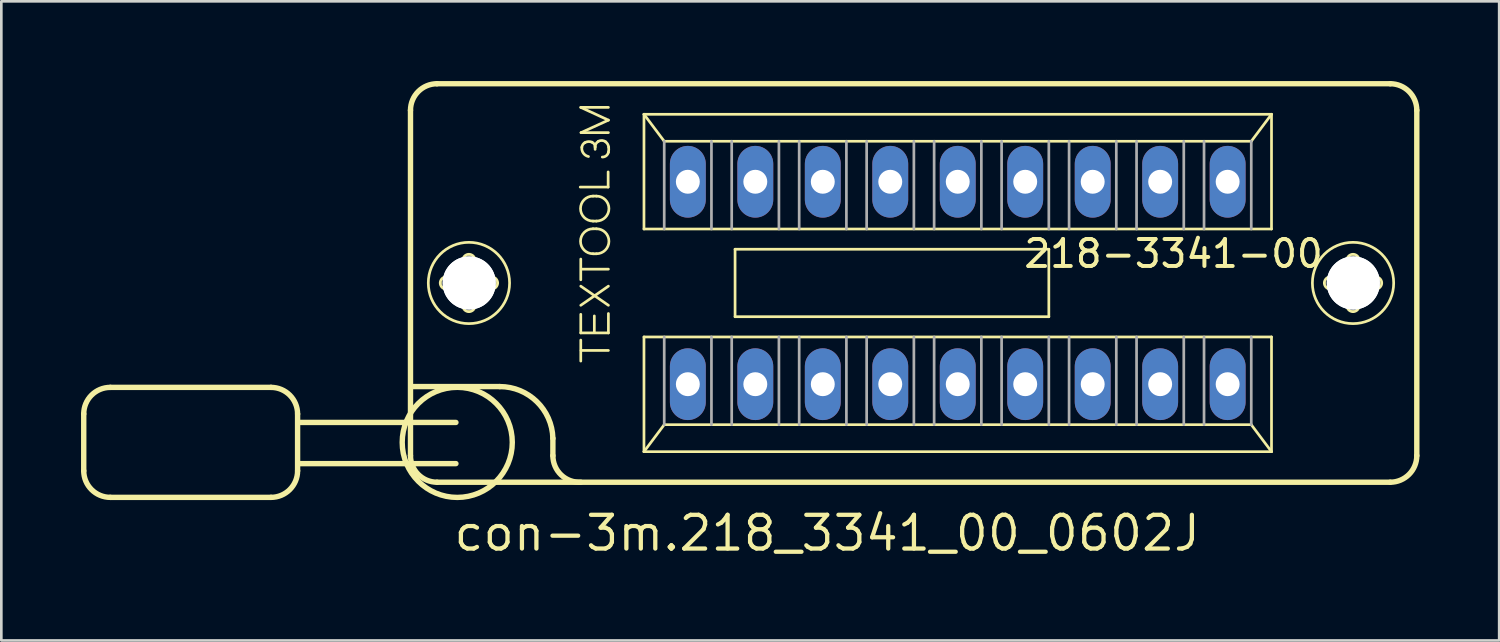
<source format=kicad_pcb>
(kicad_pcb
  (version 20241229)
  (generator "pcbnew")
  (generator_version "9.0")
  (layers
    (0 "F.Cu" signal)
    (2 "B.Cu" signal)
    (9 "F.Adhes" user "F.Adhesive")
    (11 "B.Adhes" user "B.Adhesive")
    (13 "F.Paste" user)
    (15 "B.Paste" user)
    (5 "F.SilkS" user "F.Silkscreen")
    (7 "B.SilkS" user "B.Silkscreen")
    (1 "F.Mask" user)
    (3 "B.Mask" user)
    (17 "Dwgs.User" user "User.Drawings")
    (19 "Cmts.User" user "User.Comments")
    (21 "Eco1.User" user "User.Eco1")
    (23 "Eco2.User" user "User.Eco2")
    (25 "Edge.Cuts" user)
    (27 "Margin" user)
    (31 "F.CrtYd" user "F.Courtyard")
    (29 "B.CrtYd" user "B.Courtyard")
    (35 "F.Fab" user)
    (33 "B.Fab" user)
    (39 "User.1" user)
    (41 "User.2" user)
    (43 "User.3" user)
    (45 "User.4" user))
  (footprint "con-3m.218_3341_00_0602J"
    (layer "F.Cu")
    (at 33.002 7.602)
    (property "Reference" "con-3m.218_3341_00_0602J" (at -19.05 10.16 0) (layer "F.SilkS") (effects (font (size 1.27 1.27) (thickness 0.16)) (justify left bottom)))
    (attr through_hole)
    (fp_line (start -32.9 4.93) (end -32.9 7.07) (stroke (width 0.203) (type default)) (layer "F.SilkS"))
    (fp_line (start -31.9 3.93) (end -25.85 3.93) (stroke (width 0.203) (type default)) (layer "F.SilkS"))
    (fp_line (start -25.85 8.07) (end -31.9 8.07) (stroke (width 0.203) (type default)) (layer "F.SilkS"))
    (fp_line (start -24.85 4.93) (end -24.85 7.07) (stroke (width 0.203) (type default)) (layer "F.SilkS"))
    (fp_line (start -20.6 6.5) (end -20.6 -6.5) (stroke (width 0.203) (type default)) (layer "F.SilkS"))
    (fp_line (start -20.49 3.9) (end -17.24 3.9) (stroke (width 0.203) (type default)) (layer "F.SilkS"))
    (fp_line (start -19.6 -7.5) (end 16.28 -7.5) (stroke (width 0.203) (type default)) (layer "F.SilkS"))
    (fp_line (start -19.25 -0.23) (end -18.7 -0.23) (stroke (width 0.102) (type default)) (layer "F.SilkS"))
    (fp_line (start -18.89 5.25) (end -24.8 5.25) (stroke (width 0.203) (type default)) (layer "F.SilkS"))
    (fp_line (start -18.89 6.8) (end -24.8 6.8) (stroke (width 0.203) (type default)) (layer "F.SilkS"))
    (fp_line (start -18.71 0.23) (end -19.25 0.23) (stroke (width 0.102) (type default)) (layer "F.SilkS"))
    (fp_line (start -18.63 -0.31) (end -18.63 -0.85) (stroke (width 0.102) (type default)) (layer "F.SilkS"))
    (fp_line (start -18.63 0.85) (end -18.63 0.3) (stroke (width 0.102) (type default)) (layer "F.SilkS"))
    (fp_line (start -18.17 -0.85) (end -18.17 -0.3) (stroke (width 0.102) (type default)) (layer "F.SilkS"))
    (fp_line (start -18.17 0.31) (end -18.17 0.85) (stroke (width 0.102) (type default)) (layer "F.SilkS"))
    (fp_line (start -18.09 -0.23) (end -17.55 -0.23) (stroke (width 0.102) (type default)) (layer "F.SilkS"))
    (fp_line (start -17.55 0.23) (end -18.1 0.23) (stroke (width 0.102) (type default)) (layer "F.SilkS"))
    (fp_line (start -15.24 5.85) (end -15.24 6.5) (stroke (width 0.203) (type default)) (layer "F.SilkS"))
    (fp_line (start -14.21 -3.61) (end -13.16 -3.61) (stroke (width 0.102) (type default)) (layer "F.SilkS"))
    (fp_line (start -14.19 -6.61) (end -13.15 -6.61) (stroke (width 0.102) (type default)) (layer "F.SilkS"))
    (fp_line (start -14.19 -0.12) (end -14.19 -0.9) (stroke (width 0.102) (type default)) (layer "F.SilkS"))
    (fp_line (start -14.19 0.12) (end -13.15 0.84) (stroke (width 0.102) (type default)) (layer "F.SilkS"))
    (fp_line (start -14.19 0.84) (end -13.15 0.12) (stroke (width 0.102) (type default)) (layer "F.SilkS"))
    (fp_line (start -14.19 1.18) (end -14.19 1.88) (stroke (width 0.102) (type default)) (layer "F.SilkS"))
    (fp_line (start -14.19 1.88) (end -13.15 1.88) (stroke (width 0.102) (type default)) (layer "F.SilkS"))
    (fp_line (start -14.19 2.94) (end -14.19 2.15) (stroke (width 0.102) (type default)) (layer "F.SilkS"))
    (fp_line (start -14.18 -5.66) (end -13.15 -6.13) (stroke (width 0.102) (type default)) (layer "F.SilkS"))
    (fp_line (start -14.18 2.54) (end -13.15 2.54) (stroke (width 0.102) (type default)) (layer "F.SilkS"))
    (fp_line (start -14.17 -0.52) (end -13.15 -0.52) (stroke (width 0.102) (type default)) (layer "F.SilkS"))
    (fp_line (start -13.73 -3.27) (end -13.6 -3.27) (stroke (width 0.102) (type default)) (layer "F.SilkS"))
    (fp_line (start -13.73 -2.33) (end -13.6 -2.33) (stroke (width 0.102) (type default)) (layer "F.SilkS"))
    (fp_line (start -13.73 -2.04) (end -13.6 -2.04) (stroke (width 0.102) (type default)) (layer "F.SilkS"))
    (fp_line (start -13.73 -1.1) (end -13.6 -1.1) (stroke (width 0.102) (type default)) (layer "F.SilkS"))
    (fp_line (start -13.68 1.24) (end -13.68 1.84) (stroke (width 0.102) (type default)) (layer "F.SilkS"))
    (fp_line (start -13.65 -5.03) (end -13.65 -5.12) (stroke (width 0.102) (type default)) (layer "F.SilkS"))
    (fp_line (start -13.16 -3.61) (end -13.16 -4.18) (stroke (width 0.102) (type default)) (layer "F.SilkS"))
    (fp_line (start -13.15 -6.13) (end -14.19 -6.61) (stroke (width 0.102) (type default)) (layer "F.SilkS"))
    (fp_line (start -13.15 -5.66) (end -14.18 -5.66) (stroke (width 0.102) (type default)) (layer "F.SilkS"))
    (fp_line (start -13.15 1.88) (end -13.15 1.15) (stroke (width 0.102) (type default)) (layer "F.SilkS"))
    (fp_line (start -11.811 -6.35) (end 11.811 -6.35) (stroke (width 0.102) (type default)) (layer "F.SilkS"))
    (fp_line (start -11.811 -2.032) (end -11.811 -6.35) (stroke (width 0.102) (type default)) (layer "F.SilkS"))
    (fp_line (start -11.811 2.032) (end 11.811 2.032) (stroke (width 0.102) (type default)) (layer "F.SilkS"))
    (fp_line (start -11.811 6.35) (end -11.811 2.032) (stroke (width 0.102) (type default)) (layer "F.SilkS"))
    (fp_line (start -11.811 6.35) (end -11.049 5.334) (stroke (width 0.102) (type default)) (layer "F.SilkS"))
    (fp_line (start -11.049 -5.334) (end -11.811 -6.35) (stroke (width 0.102) (type default)) (layer "F.SilkS"))
    (fp_line (start -11.049 5.334) (end 11.049 5.334) (stroke (width 0.102) (type default)) (layer "F.SilkS"))
    (fp_line (start -8.382 -1.27) (end 3.429 -1.27) (stroke (width 0.102) (type default)) (layer "F.SilkS"))
    (fp_line (start -8.382 1.27) (end -8.382 -1.27) (stroke (width 0.102) (type default)) (layer "F.SilkS"))
    (fp_line (start 3.429 -1.27) (end 3.429 1.27) (stroke (width 0.102) (type default)) (layer "F.SilkS"))
    (fp_line (start 3.429 1.27) (end -8.382 1.27) (stroke (width 0.102) (type default)) (layer "F.SilkS"))
    (fp_line (start 11.049 -5.334) (end -11.049 -5.334) (stroke (width 0.102) (type default)) (layer "F.SilkS"))
    (fp_line (start 11.049 5.334) (end 11.811 6.35) (stroke (width 0.102) (type default)) (layer "F.SilkS"))
    (fp_line (start 11.811 -6.35) (end 11.049 -5.334) (stroke (width 0.102) (type default)) (layer "F.SilkS"))
    (fp_line (start 11.811 -6.35) (end 11.811 -2.032) (stroke (width 0.102) (type default)) (layer "F.SilkS"))
    (fp_line (start 11.811 -2.032) (end -11.811 -2.032) (stroke (width 0.102) (type default)) (layer "F.SilkS"))
    (fp_line (start 11.811 2.032) (end 11.811 6.35) (stroke (width 0.102) (type default)) (layer "F.SilkS"))
    (fp_line (start 11.811 6.35) (end -11.811 6.35) (stroke (width 0.102) (type default)) (layer "F.SilkS"))
    (fp_line (start 14.03 -0.23) (end 14.58 -0.23) (stroke (width 0.102) (type default)) (layer "F.SilkS"))
    (fp_line (start 14.57 0.23) (end 14.03 0.23) (stroke (width 0.102) (type default)) (layer "F.SilkS"))
    (fp_line (start 14.65 -0.31) (end 14.65 -0.85) (stroke (width 0.102) (type default)) (layer "F.SilkS"))
    (fp_line (start 14.65 0.85) (end 14.65 0.3) (stroke (width 0.102) (type default)) (layer "F.SilkS"))
    (fp_line (start 15.11 -0.85) (end 15.11 -0.3) (stroke (width 0.102) (type default)) (layer "F.SilkS"))
    (fp_line (start 15.11 0.31) (end 15.11 0.85) (stroke (width 0.102) (type default)) (layer "F.SilkS"))
    (fp_line (start 15.19 -0.23) (end 15.73 -0.23) (stroke (width 0.102) (type default)) (layer "F.SilkS"))
    (fp_line (start 15.73 0.23) (end 15.18 0.23) (stroke (width 0.102) (type default)) (layer "F.SilkS"))
    (fp_line (start 16.28 7.5) (end -19.6 7.5) (stroke (width 0.203) (type default)) (layer "F.SilkS"))
    (fp_line (start 17.28 -6.5) (end 17.28 6.5) (stroke (width 0.203) (type default)) (layer "F.SilkS"))
    (fp_arc (start -32.9 4.93) (mid -32.607107 4.222893) (end -31.9 3.93) (stroke (width 0.2032) (type default)) (layer "F.SilkS"))
    (fp_arc (start -31.9 8.07) (mid -32.607107 7.777107) (end -32.9 7.07) (stroke (width 0.2032) (type default)) (layer "F.SilkS"))
    (fp_arc (start -25.85 3.93) (mid -25.142893 4.222893) (end -24.85 4.93) (stroke (width 0.2032) (type default)) (layer "F.SilkS"))
    (fp_arc (start -24.85 7.07) (mid -25.142893 7.777107) (end -25.85 8.07) (stroke (width 0.2032) (type default)) (layer "F.SilkS"))
    (fp_arc (start -20.6 -6.5) (mid -20.307107 -7.207107) (end -19.6 -7.5) (stroke (width 0.2032) (type default)) (layer "F.SilkS"))
    (fp_arc (start -19.6 7.5) (mid -20.307107 7.207107) (end -20.6 6.5) (stroke (width 0.2032) (type default)) (layer "F.SilkS"))
    (fp_arc (start -19.48 0) (mid -19.412635 -0.162635) (end -19.25 -0.23) (stroke (width 0.1016) (type default)) (layer "F.SilkS"))
    (fp_arc (start -19.25 0.23) (mid -19.412635 0.162635) (end -19.48 0) (stroke (width 0.1016) (type default)) (layer "F.SilkS"))
    (fp_arc (start -18.71 0.23) (mid -18.660503 0.250503) (end -18.64 0.3) (stroke (width 0.1016) (type default)) (layer "F.SilkS"))
    (fp_arc (start -18.63 -0.85) (mid -18.562635 -1.012635) (end -18.4 -1.08) (stroke (width 0.1016) (type default)) (layer "F.SilkS"))
    (fp_arc (start -18.63 -0.3) (mid -18.650503 -0.250503) (end -18.7 -0.23) (stroke (width 0.1016) (type default)) (layer "F.SilkS"))
    (fp_arc (start -18.4 -1.08) (mid -18.237365 -1.012635) (end -18.17 -0.85) (stroke (width 0.1016) (type default)) (layer "F.SilkS"))
    (fp_arc (start -18.4 1.08) (mid -18.562635 1.012635) (end -18.63 0.85) (stroke (width 0.1016) (type default)) (layer "F.SilkS"))
    (fp_arc (start -18.17 0.3) (mid -18.149497 0.250503) (end -18.1 0.23) (stroke (width 0.1016) (type default)) (layer "F.SilkS"))
    (fp_arc (start -18.17 0.85) (mid -18.237365 1.012635) (end -18.4 1.08) (stroke (width 0.1016) (type default)) (layer "F.SilkS"))
    (fp_arc (start -18.1 -0.23) (mid -18.149497 -0.250503) (end -18.17 -0.3) (stroke (width 0.1016) (type default)) (layer "F.SilkS"))
    (fp_arc (start -17.55 -0.23) (mid -17.387365 -0.162635) (end -17.32 0) (stroke (width 0.1016) (type default)) (layer "F.SilkS"))
    (fp_arc (start -17.32 0) (mid -17.387365 0.162635) (end -17.55 0.23) (stroke (width 0.1016) (type default)) (layer "F.SilkS"))
    (fp_arc (start -17.24 3.9) (mid -15.843341 4.46817) (end -15.24 5.85) (stroke (width 0.2032) (type default)) (layer "F.SilkS"))
    (fp_arc (start -14.19 7.5) (mid -14.929286 7.225) (end -15.24 6.5) (stroke (width 0.2032) (type default)) (layer "F.SilkS"))
    (fp_arc (start -14.15 -5.11) (mid -14.114621 -5.207696) (end -14.04 -5.28) (stroke (width 0.1016) (type default)) (layer "F.SilkS"))
    (fp_arc (start -14.04 -5.28) (mid -13.907382 -5.322157) (end -13.77 -5.3) (stroke (width 0.1016) (type default)) (layer "F.SilkS"))
    (fp_arc (start -13.9 -4.76) (mid -14.09297 -4.88645) (end -14.15 -5.11) (stroke (width 0.1016) (type default)) (layer "F.SilkS"))
    (fp_arc (start -13.77 -5.3) (mid -13.68275 -5.228167) (end -13.65 -5.12) (stroke (width 0.1016) (type default)) (layer "F.SilkS"))
    (fp_arc (start -13.73 -2.33) (mid -14.2 -2.8) (end -13.73 -3.27) (stroke (width 0.1016) (type default)) (layer "F.SilkS"))
    (fp_arc (start -13.73 -1.1) (mid -14.2 -1.57) (end -13.73 -2.04) (stroke (width 0.1016) (type default)) (layer "F.SilkS"))
    (fp_arc (start -13.65 -5.12) (mid -13.617891 -5.240938) (end -13.53 -5.33) (stroke (width 0.1016) (type default)) (layer "F.SilkS"))
    (fp_arc (start -13.6 -3.27) (mid -13.13 -2.8) (end -13.6 -2.33) (stroke (width 0.1016) (type default)) (layer "F.SilkS"))
    (fp_arc (start -13.6 -2.04) (mid -13.13 -1.57) (end -13.6 -1.1) (stroke (width 0.1016) (type default)) (layer "F.SilkS"))
    (fp_arc (start -13.53 -5.33) (mid -13.386886 -5.363595) (end -13.25 -5.31) (stroke (width 0.1016) (type default)) (layer "F.SilkS"))
    (fp_arc (start -13.25 -5.31) (mid -13.175084 -5.220954) (end -13.14 -5.11) (stroke (width 0.1016) (type default)) (layer "F.SilkS"))
    (fp_arc (start -13.15 -4.92) (mid -13.232524 -4.788503) (end -13.38 -4.74) (stroke (width 0.1016) (type default)) (layer "F.SilkS"))
    (fp_arc (start -13.14 -5.11) (mid -13.137277 -5.014594) (end -13.15 -4.92) (stroke (width 0.1016) (type default)) (layer "F.SilkS"))
    (fp_arc (start 13.8 0) (mid 13.867365 -0.162635) (end 14.03 -0.23) (stroke (width 0.1016) (type default)) (layer "F.SilkS"))
    (fp_arc (start 14.03 0.23) (mid 13.867365 0.162635) (end 13.8 0) (stroke (width 0.1016) (type default)) (layer "F.SilkS"))
    (fp_arc (start 14.57 0.23) (mid 14.619497 0.250503) (end 14.64 0.3) (stroke (width 0.1016) (type default)) (layer "F.SilkS"))
    (fp_arc (start 14.65 -0.85) (mid 14.717365 -1.012635) (end 14.88 -1.08) (stroke (width 0.1016) (type default)) (layer "F.SilkS"))
    (fp_arc (start 14.65 -0.3) (mid 14.629497 -0.250503) (end 14.58 -0.23) (stroke (width 0.1016) (type default)) (layer "F.SilkS"))
    (fp_arc (start 14.88 -1.08) (mid 15.042635 -1.012635) (end 15.11 -0.85) (stroke (width 0.1016) (type default)) (layer "F.SilkS"))
    (fp_arc (start 14.88 1.08) (mid 14.717365 1.012635) (end 14.65 0.85) (stroke (width 0.1016) (type default)) (layer "F.SilkS"))
    (fp_arc (start 15.11 0.3) (mid 15.130503 0.250503) (end 15.18 0.23) (stroke (width 0.1016) (type default)) (layer "F.SilkS"))
    (fp_arc (start 15.11 0.85) (mid 15.042635 1.012635) (end 14.88 1.08) (stroke (width 0.1016) (type default)) (layer "F.SilkS"))
    (fp_arc (start 15.18 -0.23) (mid 15.130503 -0.250503) (end 15.11 -0.3) (stroke (width 0.1016) (type default)) (layer "F.SilkS"))
    (fp_arc (start 15.73 -0.23) (mid 15.892635 -0.162635) (end 15.96 0) (stroke (width 0.1016) (type default)) (layer "F.SilkS"))
    (fp_arc (start 15.96 0) (mid 15.892635 0.162635) (end 15.73 0.23) (stroke (width 0.1016) (type default)) (layer "F.SilkS"))
    (fp_arc (start 16.28 -7.5) (mid 16.987107 -7.207107) (end 17.28 -6.5) (stroke (width 0.2032) (type default)) (layer "F.SilkS"))
    (fp_arc (start 17.28 6.5) (mid 16.987107 7.207107) (end 16.28 7.5) (stroke (width 0.2032) (type default)) (layer "F.SilkS"))
    (fp_circle (center -18.84 6) (end -16.768 6) (stroke (width 0.203) (type default)) (fill no) (layer "F.SilkS"))
    (fp_circle (center -18.4 0) (end -16.87 0) (stroke (width 0.102) (type default)) (fill no) (layer "F.SilkS"))
    (fp_circle (center 14.88 0) (end 16.41 0) (stroke (width 0.102) (type default)) (fill no) (layer "F.SilkS"))
    (fp_line (start -11.049 -5.334) (end -11.049 -2.032) (stroke (width 0.102) (type default)) (layer "F.Fab"))
    (fp_line (start -11.049 2.032) (end -11.049 5.334) (stroke (width 0.102) (type default)) (layer "F.Fab"))
    (fp_line (start -9.271 -2.032) (end -9.271 -5.334) (stroke (width 0.102) (type default)) (layer "F.Fab"))
    (fp_line (start -9.271 2.032) (end -9.271 5.334) (stroke (width 0.102) (type default)) (layer "F.Fab"))
    (fp_line (start -8.509 -2.032) (end -8.509 -5.334) (stroke (width 0.102) (type default)) (layer "F.Fab"))
    (fp_line (start -8.509 2.032) (end -8.509 5.334) (stroke (width 0.102) (type default)) (layer "F.Fab"))
    (fp_line (start -6.731 -2.032) (end -6.731 -5.334) (stroke (width 0.102) (type default)) (layer "F.Fab"))
    (fp_line (start -6.731 2.032) (end -6.731 5.334) (stroke (width 0.102) (type default)) (layer "F.Fab"))
    (fp_line (start -5.969 -2.032) (end -5.969 -5.334) (stroke (width 0.102) (type default)) (layer "F.Fab"))
    (fp_line (start -5.969 2.032) (end -5.969 5.334) (stroke (width 0.102) (type default)) (layer "F.Fab"))
    (fp_line (start -4.191 -2.032) (end -4.191 -5.334) (stroke (width 0.102) (type default)) (layer "F.Fab"))
    (fp_line (start -4.191 2.032) (end -4.191 5.334) (stroke (width 0.102) (type default)) (layer "F.Fab"))
    (fp_line (start -3.429 -2.032) (end -3.429 -5.334) (stroke (width 0.102) (type default)) (layer "F.Fab"))
    (fp_line (start -3.429 2.032) (end -3.429 5.334) (stroke (width 0.102) (type default)) (layer "F.Fab"))
    (fp_line (start -1.651 -2.032) (end -1.651 -5.334) (stroke (width 0.102) (type default)) (layer "F.Fab"))
    (fp_line (start -1.651 2.032) (end -1.651 5.334) (stroke (width 0.102) (type default)) (layer "F.Fab"))
    (fp_line (start -0.889 -2.032) (end -0.889 -5.334) (stroke (width 0.102) (type default)) (layer "F.Fab"))
    (fp_line (start -0.889 2.032) (end -0.889 5.334) (stroke (width 0.102) (type default)) (layer "F.Fab"))
    (fp_line (start 0.889 -2.032) (end 0.889 -5.334) (stroke (width 0.102) (type default)) (layer "F.Fab"))
    (fp_line (start 0.889 2.032) (end 0.889 5.334) (stroke (width 0.102) (type default)) (layer "F.Fab"))
    (fp_line (start 1.651 -2.032) (end 1.651 -5.334) (stroke (width 0.102) (type default)) (layer "F.Fab"))
    (fp_line (start 1.651 2.032) (end 1.651 5.334) (stroke (width 0.102) (type default)) (layer "F.Fab"))
    (fp_line (start 3.429 -2.032) (end 3.429 -5.334) (stroke (width 0.102) (type default)) (layer "F.Fab"))
    (fp_line (start 3.429 2.032) (end 3.429 5.334) (stroke (width 0.102) (type default)) (layer "F.Fab"))
    (fp_line (start 4.191 -2.032) (end 4.191 -5.334) (stroke (width 0.102) (type default)) (layer "F.Fab"))
    (fp_line (start 4.191 2.032) (end 4.191 5.334) (stroke (width 0.102) (type default)) (layer "F.Fab"))
    (fp_line (start 5.969 -2.032) (end 5.969 -5.334) (stroke (width 0.102) (type default)) (layer "F.Fab"))
    (fp_line (start 5.969 2.032) (end 5.969 5.334) (stroke (width 0.102) (type default)) (layer "F.Fab"))
    (fp_line (start 6.731 -2.032) (end 6.731 -5.334) (stroke (width 0.102) (type default)) (layer "F.Fab"))
    (fp_line (start 6.731 2.032) (end 6.731 5.334) (stroke (width 0.102) (type default)) (layer "F.Fab"))
    (fp_line (start 8.509 -2.032) (end 8.509 -5.334) (stroke (width 0.102) (type default)) (layer "F.Fab"))
    (fp_line (start 8.509 2.032) (end 8.509 5.334) (stroke (width 0.102) (type default)) (layer "F.Fab"))
    (fp_line (start 9.271 -2.032) (end 9.271 -5.334) (stroke (width 0.102) (type default)) (layer "F.Fab"))
    (fp_line (start 9.271 2.032) (end 9.271 5.334) (stroke (width 0.102) (type default)) (layer "F.Fab"))
    (fp_line (start 11.049 -2.032) (end 11.049 -5.334) (stroke (width 0.102) (type default)) (layer "F.Fab"))
    (fp_line (start 11.049 5.334) (end 11.049 2.032) (stroke (width 0.102) (type default)) (layer "F.Fab"))
    (fp_text user "218-3341-00" (at 2.413 -0.508 180) (layer "F.SilkS") (effects (font (size 1.016 1.016) (thickness 0.15)) (justify left bottom)))
    (pad "" np_thru_hole circle (at -18.39 0) (size 2 2) (drill 2) (layers "*.Cu" "*.Mask"))
    (pad "" np_thru_hole circle (at -18.39 0) (size 2 2) (drill 2) (layers "*.Cu" "*.Mask"))
    (pad "" np_thru_hole circle (at 14.89 0) (size 2 2) (drill 2) (layers "*.Cu" "*.Mask"))
    (pad "" np_thru_hole circle (at 14.89 0) (size 2 2) (drill 2) (layers "*.Cu" "*.Mask"))
    (pad "1" thru_hole oval (at -10.16 3.81 90) (size 2.7 1.35) (drill 0.9) (layers "*.Cu" "*.Mask"))
    (pad "2" thru_hole oval (at -7.62 3.81 90) (size 2.7 1.35) (drill 0.9) (layers "*.Cu" "*.Mask"))
    (pad "3" thru_hole oval (at -5.08 3.81 90) (size 2.7 1.35) (drill 0.9) (layers "*.Cu" "*.Mask"))
    (pad "4" thru_hole oval (at -2.54 3.81 90) (size 2.7 1.35) (drill 0.9) (layers "*.Cu" "*.Mask"))
    (pad "5" thru_hole oval (at 0 3.81 90) (size 2.7 1.35) (drill 0.9) (layers "*.Cu" "*.Mask"))
    (pad "6" thru_hole oval (at 2.54 3.81 90) (size 2.7 1.35) (drill 0.9) (layers "*.Cu" "*.Mask"))
    (pad "7" thru_hole oval (at 5.08 3.81 90) (size 2.7 1.35) (drill 0.9) (layers "*.Cu" "*.Mask"))
    (pad "8" thru_hole oval (at 7.62 3.81 90) (size 2.7 1.35) (drill 0.9) (layers "*.Cu" "*.Mask"))
    (pad "9" thru_hole oval (at 10.16 3.81 90) (size 2.7 1.35) (drill 0.9) (layers "*.Cu" "*.Mask"))
    (pad "10" thru_hole oval (at 10.16 -3.81 90) (size 2.7 1.35) (drill 0.9) (layers "*.Cu" "*.Mask"))
    (pad "11" thru_hole oval (at 7.62 -3.81 90) (size 2.7 1.35) (drill 0.9) (layers "*.Cu" "*.Mask"))
    (pad "12" thru_hole oval (at 5.08 -3.81 90) (size 2.7 1.35) (drill 0.9) (layers "*.Cu" "*.Mask"))
    (pad "13" thru_hole oval (at 2.54 -3.81 90) (size 2.7 1.35) (drill 0.9) (layers "*.Cu" "*.Mask"))
    (pad "14" thru_hole oval (at 0 -3.81 90) (size 2.7 1.35) (drill 0.9) (layers "*.Cu" "*.Mask"))
    (pad "15" thru_hole oval (at -2.54 -3.81 90) (size 2.7 1.35) (drill 0.9) (layers "*.Cu" "*.Mask"))
    (pad "16" thru_hole oval (at -5.08 -3.81 90) (size 2.7 1.35) (drill 0.9) (layers "*.Cu" "*.Mask"))
    (pad "17" thru_hole oval (at -7.62 -3.81 90) (size 2.7 1.35) (drill 0.9) (layers "*.Cu" "*.Mask"))
    (pad "18" thru_hole oval (at -10.16 -3.81 90) (size 2.7 1.35) (drill 0.9) (layers "*.Cu" "*.Mask")))
  (gr_rect
    (start -3 -3)
    (end 53.383 21.059)
    (stroke (width 0.1) (type default))
    (fill no)
    (layer "Edge.Cuts")))
</source>
